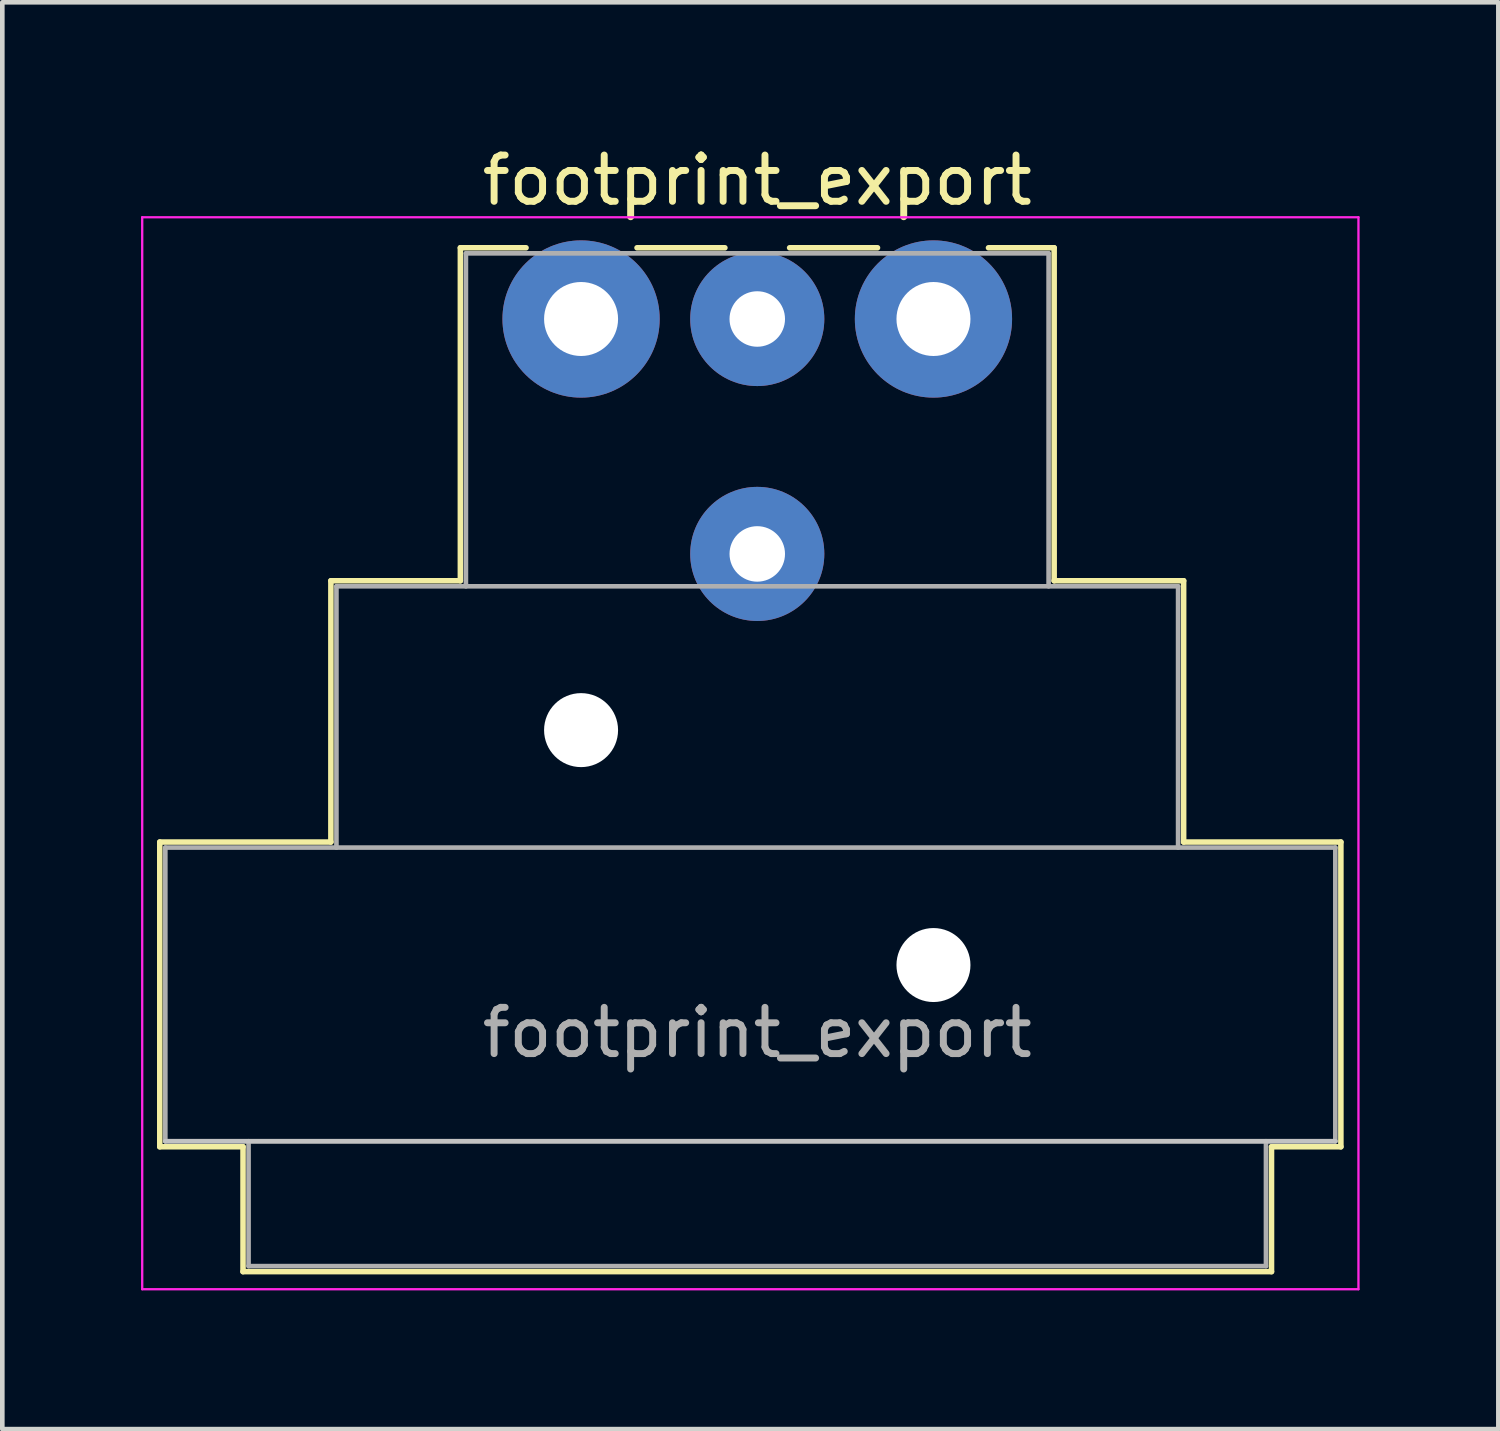
<source format=kicad_pcb>
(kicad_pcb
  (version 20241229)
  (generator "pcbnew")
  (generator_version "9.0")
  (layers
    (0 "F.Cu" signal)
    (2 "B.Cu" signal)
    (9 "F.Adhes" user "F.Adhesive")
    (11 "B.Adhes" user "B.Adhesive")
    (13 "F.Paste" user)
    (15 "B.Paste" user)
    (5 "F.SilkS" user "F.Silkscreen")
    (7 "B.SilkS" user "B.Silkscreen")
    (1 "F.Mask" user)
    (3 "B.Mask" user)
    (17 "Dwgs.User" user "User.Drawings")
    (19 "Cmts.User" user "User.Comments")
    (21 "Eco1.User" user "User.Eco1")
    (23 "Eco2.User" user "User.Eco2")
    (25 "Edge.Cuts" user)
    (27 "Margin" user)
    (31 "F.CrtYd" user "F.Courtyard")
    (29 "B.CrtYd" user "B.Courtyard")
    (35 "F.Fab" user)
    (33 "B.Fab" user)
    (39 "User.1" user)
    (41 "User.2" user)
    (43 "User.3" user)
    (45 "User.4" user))
  (footprint "footprint_export"
    (layer "F.Cu")
    (at 9.515 3.848)
    (property "Reference" "footprint_export" (at 3.81 -3 0) (layer "F.SilkS") (effects (font (size 1 1) (thickness 0.15))))
    (attr through_hole)
    (fp_line (start -9.11 11.31) (end -5.41 11.31) (stroke (width 0.12) (type solid)) (layer "F.SilkS"))
    (fp_line (start -9.11 17.9) (end -9.11 11.31) (stroke (width 0.12) (type solid)) (layer "F.SilkS"))
    (fp_line (start -7.31 17.9) (end -9.11 17.9) (stroke (width 0.12) (type solid)) (layer "F.SilkS"))
    (fp_line (start -7.31 17.9) (end -7.31 20.6) (stroke (width 0.12) (type solid)) (layer "F.SilkS"))
    (fp_line (start -5.41 11.31) (end -5.41 5.66) (stroke (width 0.12) (type solid)) (layer "F.SilkS"))
    (fp_line (start -2.61 5.66) (end -5.41 5.66) (stroke (width 0.12) (type solid)) (layer "F.SilkS"))
    (fp_line (start -2.61 5.66) (end -2.61 -1.54) (stroke (width 0.12) (type solid)) (layer "F.SilkS"))
    (fp_line (start -1.19 -1.54) (end -2.61 -1.54) (stroke (width 0.12) (type solid)) (layer "F.SilkS"))
    (fp_line (start 3.11 -1.54) (end 1.21 -1.54) (stroke (width 0.12) (type solid)) (layer "F.SilkS"))
    (fp_line (start 4.51 -1.54) (end 6.41 -1.54) (stroke (width 0.12) (type solid)) (layer "F.SilkS"))
    (fp_line (start 10.23 -1.54) (end 8.81 -1.54) (stroke (width 0.12) (type solid)) (layer "F.SilkS"))
    (fp_line (start 10.23 5.66) (end 10.23 -1.54) (stroke (width 0.12) (type solid)) (layer "F.SilkS"))
    (fp_line (start 10.23 5.66) (end 13.03 5.66) (stroke (width 0.12) (type solid)) (layer "F.SilkS"))
    (fp_line (start 13.03 11.31) (end 13.03 5.66) (stroke (width 0.12) (type solid)) (layer "F.SilkS"))
    (fp_line (start 13.03 11.31) (end 16.43 11.31) (stroke (width 0.12) (type solid)) (layer "F.SilkS"))
    (fp_line (start 14.93 17.9) (end 14.93 20.6) (stroke (width 0.12) (type solid)) (layer "F.SilkS"))
    (fp_line (start 14.93 20.6) (end -7.31 20.6) (stroke (width 0.12) (type solid)) (layer "F.SilkS"))
    (fp_line (start 16.43 17.9) (end 14.93 17.9) (stroke (width 0.12) (type solid)) (layer "F.SilkS"))
    (fp_line (start 16.43 17.9) (end 16.43 11.31) (stroke (width 0.12) (type solid)) (layer "F.SilkS"))
    (fp_line (start 16.31 17.78) (end -8.99 17.78) (stroke (width 0.1) (type solid)) (layer "Dwgs.User"))
    (fp_line (start -9.49 20.98) (end -9.49 -2.2) (stroke (width 0.05) (type solid)) (layer "F.CrtYd"))
    (fp_line (start 16.81 -2.2) (end -9.49 -2.2) (stroke (width 0.05) (type solid)) (layer "F.CrtYd"))
    (fp_line (start 16.81 20.98) (end -9.49 20.98) (stroke (width 0.05) (type solid)) (layer "F.CrtYd"))
    (fp_line (start 16.81 20.98) (end 16.81 -2.2) (stroke (width 0.05) (type solid)) (layer "F.CrtYd"))
    (fp_line (start -8.99 11.43) (end 16.31 11.43) (stroke (width 0.1) (type solid)) (layer "F.Fab"))
    (fp_line (start -8.99 17.78) (end -8.99 11.43) (stroke (width 0.1) (type solid)) (layer "F.Fab"))
    (fp_line (start -7.19 20.48) (end -7.19 17.78) (stroke (width 0.1) (type solid)) (layer "F.Fab"))
    (fp_line (start -5.29 5.78) (end -5.29 11.43) (stroke (width 0.1) (type solid)) (layer "F.Fab"))
    (fp_line (start -5.29 5.78) (end 12.91 5.78) (stroke (width 0.1) (type solid)) (layer "F.Fab"))
    (fp_line (start -2.49 5.78) (end -2.49 -1.42) (stroke (width 0.1) (type solid)) (layer "F.Fab"))
    (fp_line (start 10.11 -1.42) (end -2.49 -1.42) (stroke (width 0.1) (type solid)) (layer "F.Fab"))
    (fp_line (start 10.11 5.78) (end 10.11 -1.42) (stroke (width 0.1) (type solid)) (layer "F.Fab"))
    (fp_line (start 12.91 11.43) (end 12.91 5.78) (stroke (width 0.1) (type solid)) (layer "F.Fab"))
    (fp_line (start 14.81 17.78) (end 14.81 20.48) (stroke (width 0.1) (type solid)) (layer "F.Fab"))
    (fp_line (start 14.81 20.48) (end -7.19 20.48) (stroke (width 0.1) (type solid)) (layer "F.Fab"))
    (fp_line (start 16.31 11.43) (end 16.31 17.78) (stroke (width 0.1) (type solid)) (layer "F.Fab"))
    (fp_line (start 16.31 17.78) (end -8.99 17.78) (stroke (width 0.1) (type solid)) (layer "F.Fab"))
    (fp_text user "${REFERENCE}" (at 3.81 15.43 0) (layer "F.Fab") (effects (font (size 1 1) (thickness 0.15))))
    (pad "" np_thru_hole circle (at 0 8.89) (size 1.6 1.6) (drill 1.6) (layers "*.Cu" "*.Mask"))
    (pad "" np_thru_hole circle (at 7.62 13.97) (size 1.6 1.6) (drill 1.6) (layers "*.Cu" "*.Mask"))
    (pad "1" thru_hole circle (at 0 0) (size 3.4 3.4) (drill 1.6) (layers "*.Cu" "*.Mask"))
    (pad "2" thru_hole circle (at 7.62 0) (size 3.4 3.4) (drill 1.6) (layers "*.Cu" "*.Mask"))
    (pad "3" thru_hole circle (at 3.81 0) (size 2.9 2.9) (drill 1.2) (layers "*.Cu" "*.Mask"))
    (pad "G" thru_hole circle (at 3.81 5.08) (size 2.9 2.9) (drill 1.2) (layers "*.Cu" "*.Mask")))
  (gr_rect
    (start -3 -3)
    (end 29.35 27.853)
    (stroke (width 0.1) (type default))
    (fill no)
    (layer "Edge.Cuts")))
</source>
